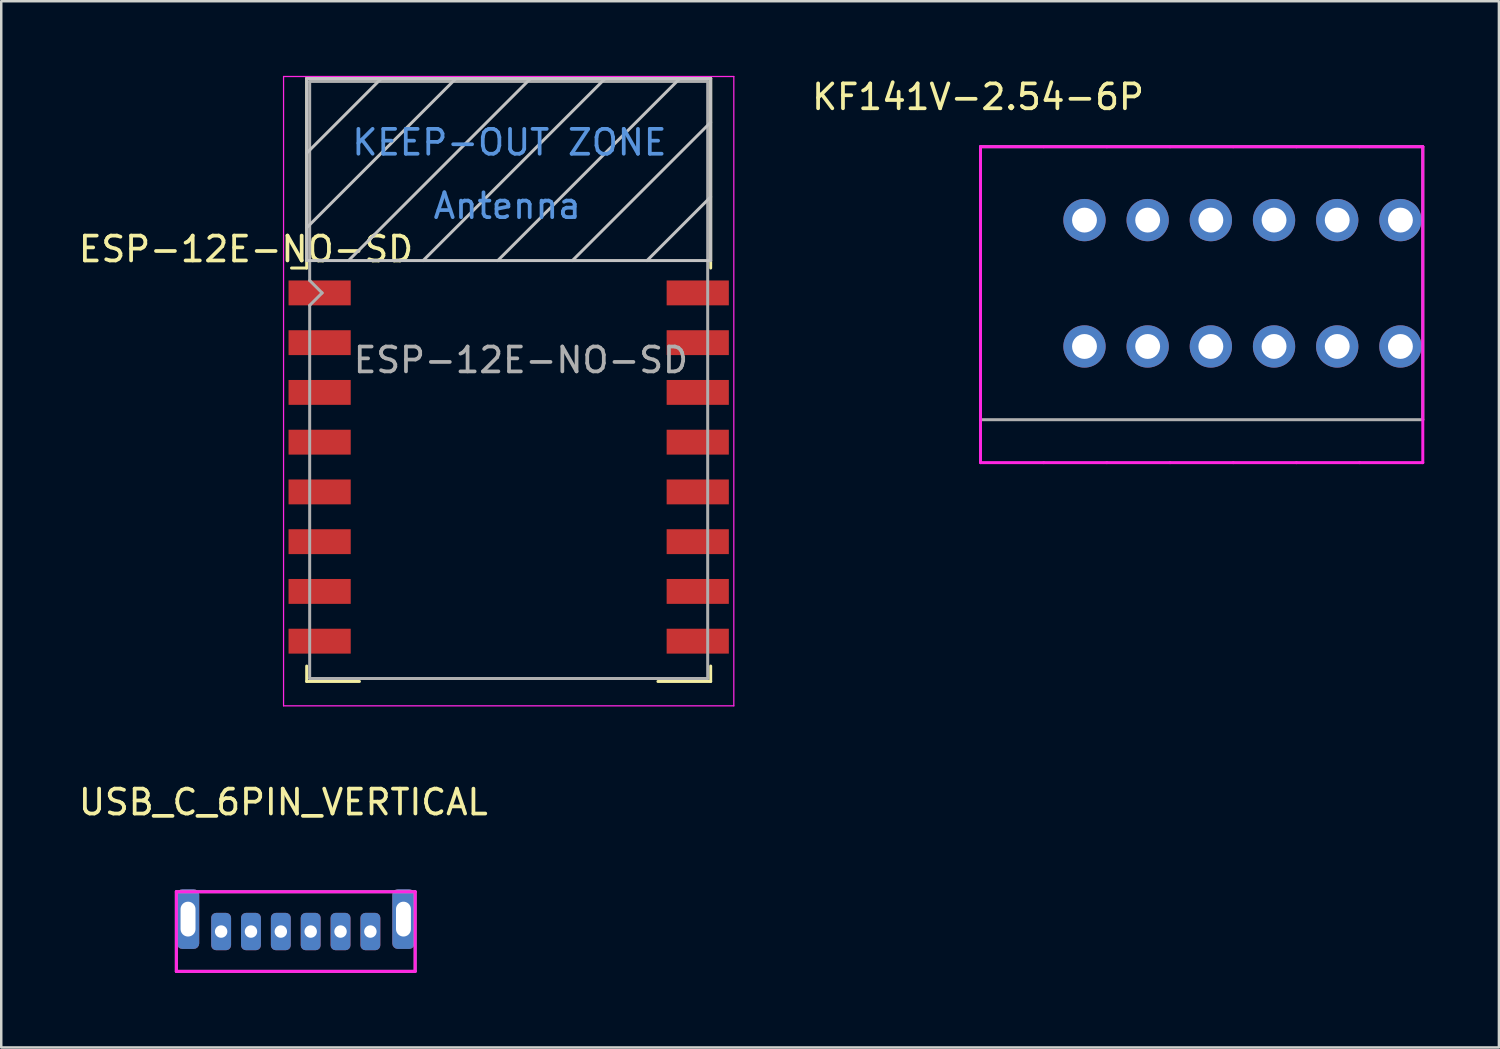
<source format=kicad_pcb>
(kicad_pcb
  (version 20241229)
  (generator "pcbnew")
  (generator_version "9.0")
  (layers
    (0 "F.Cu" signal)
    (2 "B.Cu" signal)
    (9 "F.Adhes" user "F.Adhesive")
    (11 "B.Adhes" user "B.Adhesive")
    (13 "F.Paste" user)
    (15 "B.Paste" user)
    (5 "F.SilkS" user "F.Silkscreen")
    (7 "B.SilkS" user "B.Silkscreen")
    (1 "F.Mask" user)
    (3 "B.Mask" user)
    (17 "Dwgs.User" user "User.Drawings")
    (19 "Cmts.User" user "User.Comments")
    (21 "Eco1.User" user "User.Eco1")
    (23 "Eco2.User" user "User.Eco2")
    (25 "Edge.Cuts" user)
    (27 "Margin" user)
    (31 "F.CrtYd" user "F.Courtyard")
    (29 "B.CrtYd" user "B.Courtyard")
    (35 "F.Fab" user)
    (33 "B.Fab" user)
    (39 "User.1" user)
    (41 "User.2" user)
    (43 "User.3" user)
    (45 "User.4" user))
  (footprint "KF141V-2.54-6P"
    (layer "F.Cu")
    (at 36.366 2.848)
    (property "Reference" "KF141V-2.54-6P" (at -0.1 -2 0) (layer "F.SilkS") (effects (font (size 1 1) (thickness 0.15))))
    (attr through_hole)
    (fp_line (start 0 0) (end 2.54 0) (stroke (width 0.12) (type solid)) (layer "F.CrtYd"))
    (fp_line (start 0 12.7) (end 0 0) (stroke (width 0.12) (type solid)) (layer "F.CrtYd"))
    (fp_line (start 0 12.7) (end 2.54 12.7) (stroke (width 0.12) (type solid)) (layer "F.CrtYd"))
    (fp_line (start 2.54 0) (end 5.08 0) (stroke (width 0.12) (type solid)) (layer "F.CrtYd"))
    (fp_line (start 2.54 12.7) (end 5.08 12.7) (stroke (width 0.12) (type solid)) (layer "F.CrtYd"))
    (fp_line (start 5.08 0) (end 7.62 0) (stroke (width 0.12) (type solid)) (layer "F.CrtYd"))
    (fp_line (start 5.08 12.7) (end 7.62 12.7) (stroke (width 0.12) (type solid)) (layer "F.CrtYd"))
    (fp_line (start 7.62 0) (end 10.16 0) (stroke (width 0.12) (type solid)) (layer "F.CrtYd"))
    (fp_line (start 7.62 12.7) (end 10.16 12.7) (stroke (width 0.12) (type solid)) (layer "F.CrtYd"))
    (fp_line (start 10.16 0) (end 12.7 0) (stroke (width 0.12) (type solid)) (layer "F.CrtYd"))
    (fp_line (start 10.16 12.7) (end 12.7 12.7) (stroke (width 0.12) (type solid)) (layer "F.CrtYd"))
    (fp_line (start 12.7 0) (end 15.24 0) (stroke (width 0.12) (type solid)) (layer "F.CrtYd"))
    (fp_line (start 12.7 12.7) (end 15.24 12.7) (stroke (width 0.12) (type solid)) (layer "F.CrtYd"))
    (fp_line (start 15.24 0) (end 17.78 0) (stroke (width 0.12) (type solid)) (layer "F.CrtYd"))
    (fp_line (start 15.24 12.7) (end 17.78 12.7) (stroke (width 0.12) (type solid)) (layer "F.CrtYd"))
    (fp_line (start 17.78 0) (end 17.78 12.7) (stroke (width 0.12) (type solid)) (layer "F.CrtYd"))
    (fp_line (start 0 0) (end 17.78 0) (stroke (width 0.12) (type solid)) (layer "F.Fab"))
    (fp_line (start 0 10.973) (end 0 0) (stroke (width 0.12) (type solid)) (layer "F.Fab"))
    (fp_line (start 17.78 0) (end 17.78 10.973) (stroke (width 0.12) (type solid)) (layer "F.Fab"))
    (fp_line (start 17.78 10.973) (end 0 10.973) (stroke (width 0.12) (type solid)) (layer "F.Fab"))
    (pad "1" thru_hole circle (at 4.18 2.95 180) (size 1.7 1.7) (drill 1) (layers "*.Cu" "*.Mask"))
    (pad "1" thru_hole circle (at 4.18 8.03 180) (size 1.7 1.7) (drill 1) (layers "*.Cu" "*.Mask"))
    (pad "2" thru_hole circle (at 6.72 2.95 180) (size 1.7 1.7) (drill 1) (layers "*.Cu" "*.Mask"))
    (pad "2" thru_hole circle (at 6.72 8.03 180) (size 1.7 1.7) (drill 1) (layers "*.Cu" "*.Mask"))
    (pad "3" thru_hole circle (at 9.26 2.95 180) (size 1.7 1.7) (drill 1) (layers "*.Cu" "*.Mask"))
    (pad "3" thru_hole circle (at 9.26 8.03 180) (size 1.7 1.7) (drill 1) (layers "*.Cu" "*.Mask"))
    (pad "4" thru_hole circle (at 11.8 2.95 180) (size 1.7 1.7) (drill 1) (layers "*.Cu" "*.Mask"))
    (pad "4" thru_hole circle (at 11.8 8.03 180) (size 1.7 1.7) (drill 1) (layers "*.Cu" "*.Mask"))
    (pad "5" thru_hole circle (at 14.34 2.95 180) (size 1.7 1.7) (drill 1) (layers "*.Cu" "*.Mask"))
    (pad "5" thru_hole circle (at 14.34 8.03 180) (size 1.7 1.7) (drill 1) (layers "*.Cu" "*.Mask"))
    (pad "6" thru_hole circle (at 16.88 2.95 180) (size 1.7 1.7) (drill 1) (layers "*.Cu" "*.Mask"))
    (pad "6" thru_hole circle (at 16.88 8.03 180) (size 1.7 1.7) (drill 1) (layers "*.Cu" "*.Mask")))
  (footprint "ESP-12E-NO-SD"
    (layer "F.Cu")
    (at 17.399 12.225)
    (property "Reference" "ESP-12E-NO-SD" (at -10.56 -5.26 0) (layer "F.SilkS") (effects (font (size 1 1) (thickness 0.15))))
    (attr smd)
    (fp_line (start -8.12 -12.12) (end 8.12 -12.12) (stroke (width 0.12) (type solid)) (layer "F.SilkS"))
    (fp_line (start -8.12 -4.5) (end -8.73 -4.5) (stroke (width 0.12) (type solid)) (layer "F.SilkS"))
    (fp_line (start -8.12 -4.5) (end -8.12 -12.12) (stroke (width 0.12) (type solid)) (layer "F.SilkS"))
    (fp_line (start -8.12 12.12) (end -8.12 11.5) (stroke (width 0.12) (type solid)) (layer "F.SilkS"))
    (fp_line (start -6 12.12) (end -8.12 12.12) (stroke (width 0.12) (type solid)) (layer "F.SilkS"))
    (fp_line (start 8.12 -12.12) (end 8.12 -4.5) (stroke (width 0.12) (type solid)) (layer "F.SilkS"))
    (fp_line (start 8.12 11.5) (end 8.12 12.12) (stroke (width 0.12) (type solid)) (layer "F.SilkS"))
    (fp_line (start 8.12 12.12) (end 6 12.12) (stroke (width 0.12) (type solid)) (layer "F.SilkS"))
    (fp_line (start -8.12 -12.12) (end 8.12 -12.12) (stroke (width 0.12) (type solid)) (layer "Dwgs.User"))
    (fp_line (start -8.12 -9.12) (end -5.12 -12.12) (stroke (width 0.12) (type solid)) (layer "Dwgs.User"))
    (fp_line (start -8.12 -6.12) (end -2.12 -12.12) (stroke (width 0.12) (type solid)) (layer "Dwgs.User"))
    (fp_line (start -8.12 -4.8) (end -8.12 -12.12) (stroke (width 0.12) (type solid)) (layer "Dwgs.User"))
    (fp_line (start -6.44 -4.8) (end 0.88 -12.12) (stroke (width 0.12) (type solid)) (layer "Dwgs.User"))
    (fp_line (start -3.44 -4.8) (end 3.88 -12.12) (stroke (width 0.12) (type solid)) (layer "Dwgs.User"))
    (fp_line (start -0.44 -4.8) (end 6.88 -12.12) (stroke (width 0.12) (type solid)) (layer "Dwgs.User"))
    (fp_line (start 2.56 -4.8) (end 8.12 -10.36) (stroke (width 0.12) (type solid)) (layer "Dwgs.User"))
    (fp_line (start 5.56 -4.8) (end 8.12 -7.36) (stroke (width 0.12) (type solid)) (layer "Dwgs.User"))
    (fp_line (start 8.12 -12.12) (end 8.12 -4.8) (stroke (width 0.12) (type solid)) (layer "Dwgs.User"))
    (fp_line (start 8.12 -4.8) (end -8.12 -4.8) (stroke (width 0.12) (type solid)) (layer "Dwgs.User"))
    (fp_line (start -9.05 -12.2) (end 9.05 -12.2) (stroke (width 0.05) (type solid)) (layer "F.CrtYd"))
    (fp_line (start -9.05 13.1) (end -9.05 -12.2) (stroke (width 0.05) (type solid)) (layer "F.CrtYd"))
    (fp_line (start 9.05 -12.2) (end 9.05 13.1) (stroke (width 0.05) (type solid)) (layer "F.CrtYd"))
    (fp_line (start 9.05 13.1) (end -9.05 13.1) (stroke (width 0.05) (type solid)) (layer "F.CrtYd"))
    (fp_line (start -8 -12) (end 8 -12) (stroke (width 0.12) (type solid)) (layer "F.Fab"))
    (fp_line (start -8 -4) (end -8 -12) (stroke (width 0.12) (type solid)) (layer "F.Fab"))
    (fp_line (start -8 -3) (end -7.5 -3.5) (stroke (width 0.12) (type solid)) (layer "F.Fab"))
    (fp_line (start -8 12) (end -8 -3) (stroke (width 0.12) (type solid)) (layer "F.Fab"))
    (fp_line (start -7.5 -3.5) (end -8 -4) (stroke (width 0.12) (type solid)) (layer "F.Fab"))
    (fp_line (start 8 -12) (end 8 12) (stroke (width 0.12) (type solid)) (layer "F.Fab"))
    (fp_line (start 8 12) (end -8 12) (stroke (width 0.12) (type solid)) (layer "F.Fab"))
    (fp_text user "Antenna" (at -0.06 -7 180) (layer "Cmts.User") (effects (font (size 1 1) (thickness 0.15))))
    (fp_text user "KEEP-OUT ZONE" (at 0.03 -9.55 180) (layer "Cmts.User") (effects (font (size 1 1) (thickness 0.15))))
    (fp_text user "${REFERENCE}" (at 0.49 -0.8 0) (layer "F.Fab") (effects (font (size 1 1) (thickness 0.15))))
    (pad "1" smd rect (at -7.6 -3.5) (size 2.5 1) (layers "F.Cu" "F.Mask" "F.Paste"))
    (pad "2" smd rect (at -7.6 -1.5) (size 2.5 1) (layers "F.Cu" "F.Mask" "F.Paste"))
    (pad "3" smd rect (at -7.6 0.5) (size 2.5 1) (layers "F.Cu" "F.Mask" "F.Paste"))
    (pad "4" smd rect (at -7.6 2.5) (size 2.5 1) (layers "F.Cu" "F.Mask" "F.Paste"))
    (pad "5" smd rect (at -7.6 4.5) (size 2.5 1) (layers "F.Cu" "F.Mask" "F.Paste"))
    (pad "6" smd rect (at -7.6 6.5) (size 2.5 1) (layers "F.Cu" "F.Mask" "F.Paste"))
    (pad "7" smd rect (at -7.6 8.5) (size 2.5 1) (layers "F.Cu" "F.Mask" "F.Paste"))
    (pad "8" smd rect (at -7.6 10.5) (size 2.5 1) (layers "F.Cu" "F.Mask" "F.Paste"))
    (pad "15" smd rect (at 7.6 10.5) (size 2.5 1) (layers "F.Cu" "F.Mask" "F.Paste"))
    (pad "16" smd rect (at 7.6 8.5) (size 2.5 1) (layers "F.Cu" "F.Mask" "F.Paste"))
    (pad "17" smd rect (at 7.6 6.5) (size 2.5 1) (layers "F.Cu" "F.Mask" "F.Paste"))
    (pad "18" smd rect (at 7.6 4.5) (size 2.5 1) (layers "F.Cu" "F.Mask" "F.Paste"))
    (pad "19" smd rect (at 7.6 2.5) (size 2.5 1) (layers "F.Cu" "F.Mask" "F.Paste"))
    (pad "20" smd rect (at 7.6 0.5) (size 2.5 1) (layers "F.Cu" "F.Mask" "F.Paste"))
    (pad "21" smd rect (at 7.6 -1.5) (size 2.5 1) (layers "F.Cu" "F.Mask" "F.Paste"))
    (pad "22" smd rect (at 7.6 -3.5) (size 2.5 1) (layers "F.Cu" "F.Mask" "F.Paste")))
  (footprint "USB_C_6PIN_VERTICAL"
    (layer "F.Cu")
    (at 8.839 32.098)
    (property "Reference" "USB_C_6PIN_VERTICAL" (at -0.5 -2.9 0) (layer "F.SilkS") (effects (font (size 1 1) (thickness 0.15))))
    (attr through_hole)
    (fp_line (start -4.8 0.7) (end -4.8 3.9) (stroke (width 0.12) (type solid)) (layer "F.CrtYd"))
    (fp_line (start -4.8 0.7) (end 4.8 0.7) (stroke (width 0.12) (type solid)) (layer "F.CrtYd"))
    (fp_line (start -4.8 3.9) (end 4.8 3.9) (stroke (width 0.12) (type solid)) (layer "F.CrtYd"))
    (fp_line (start 4.8 0.7) (end 4.8 3.9) (stroke (width 0.12) (type solid)) (layer "F.CrtYd"))
    (fp_line (start -4.8 0.7) (end 4.8 0.7) (stroke (width 0.12) (type solid)) (layer "F.Fab"))
    (fp_line (start -4.8 3.9) (end -4.8 0.7) (stroke (width 0.12) (type solid)) (layer "F.Fab"))
    (fp_line (start 4.8 0.7) (end 4.8 3.9) (stroke (width 0.12) (type solid)) (layer "F.Fab"))
    (fp_line (start 4.8 3.9) (end -4.8 3.9) (stroke (width 0.12) (type solid)) (layer "F.Fab"))
    (pad "A5" thru_hole roundrect (at -0.6 2.3 180) (size 0.8 1.5) (drill 0.5) (layers "*.Cu" "*.Mask") (roundrect_rratio 0.25))
    (pad "A9" thru_hole roundrect (at 1.8 2.3 180) (size 0.8 1.5) (drill 0.5) (layers "*.Cu" "*.Mask") (roundrect_rratio 0.25))
    (pad "A12" thru_hole roundrect (at 3 2.3 180) (size 0.8 1.5) (drill 0.5) (layers "*.Cu" "*.Mask") (roundrect_rratio 0.25))
    (pad "B5" thru_hole roundrect (at 0.6 2.3 180) (size 0.8 1.5) (drill 0.5) (layers "*.Cu" "*.Mask") (roundrect_rratio 0.25))
    (pad "B9" thru_hole roundrect (at -1.8 2.3 180) (size 0.8 1.5) (drill 0.5) (layers "*.Cu" "*.Mask") (roundrect_rratio 0.25))
    (pad "B12" thru_hole roundrect (at -3 2.3 180) (size 0.8 1.5) (drill 0.5) (layers "*.Cu" "*.Mask") (roundrect_rratio 0.25))
    (pad "S1" thru_hole roundrect (at -4.33 1.8 180) (size 0.9 2.4) (drill oval 0.6 1.4) (layers "*.Cu" "*.Mask") (roundrect_rratio 0.25))
    (pad "S2" thru_hole roundrect (at 4.33 1.8 180) (size 0.9 2.4) (drill oval 0.6 1.4) (layers "*.Cu" "*.Mask") (roundrect_rratio 0.25)))
  (gr_rect
    (start -3 -3)
    (end 57.206 39.058)
    (stroke (width 0.1) (type default))
    (fill no)
    (layer "Edge.Cuts")))
</source>
